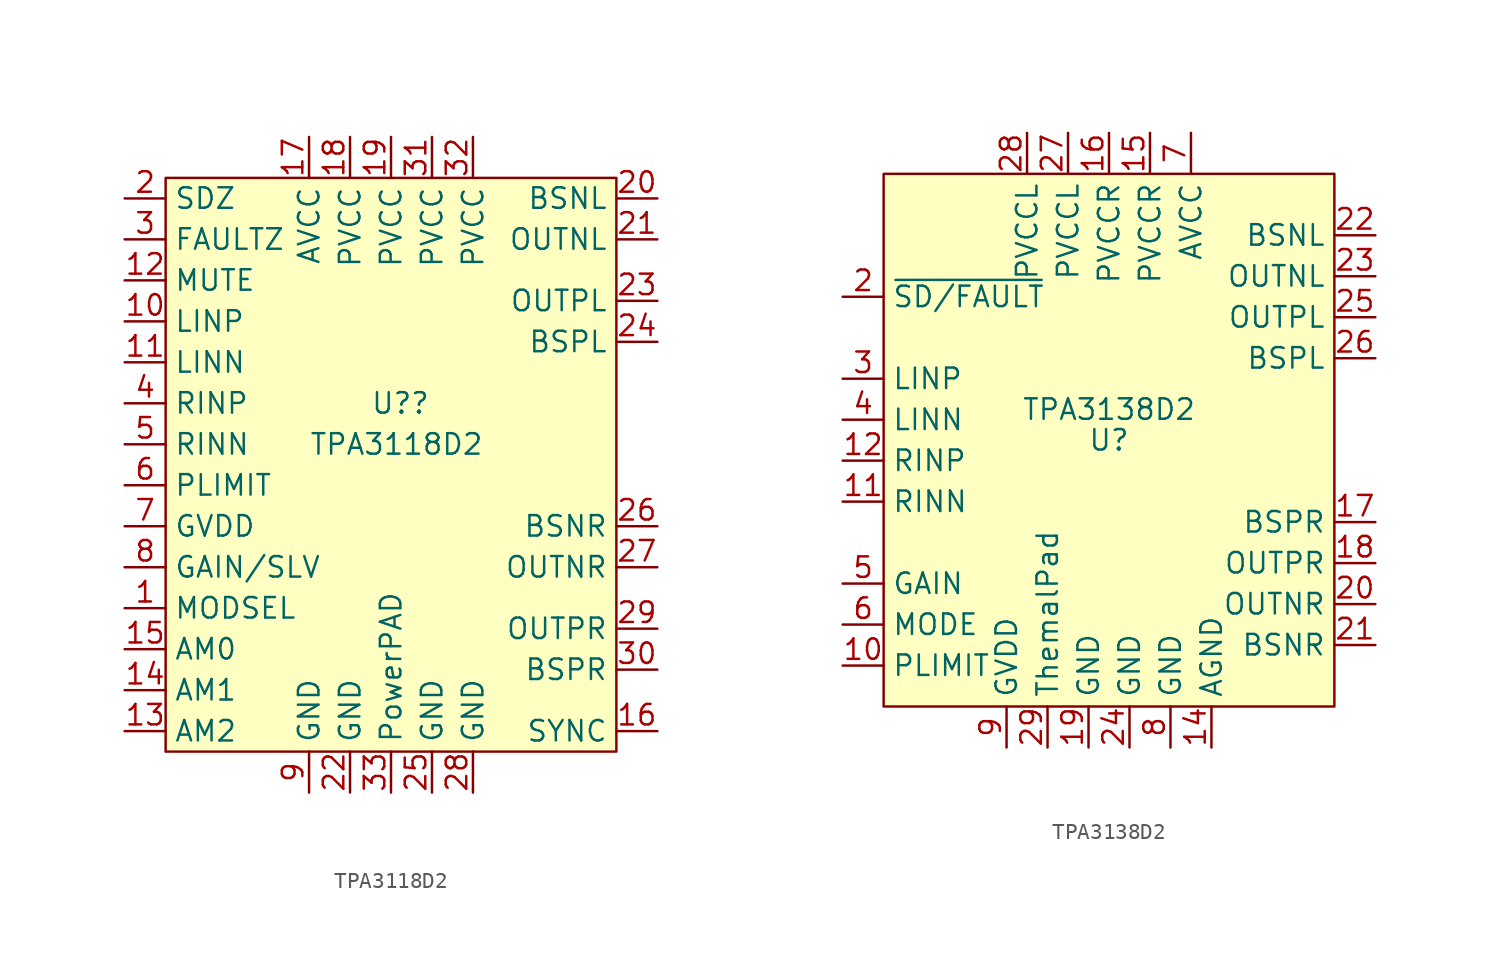
<source format=kicad_sym>
(kicad_symbol_lib
  (version 20211014)
  (generator kicad_symbol_editor)
  (symbol "TPA3118D2"
    (property "Reference" "U?"
      (at -1.27 1.27 0)
      (effects (font (size 1.27 1.27)) (justify left)))
    (property "Value" "TPA3118D2"
      (at -5.08 -1.27 0)
      (effects (font (size 1.27 1.27)) (justify left)))
    (symbol "TPA3118D2_0_0"
      (pin input line (at -16.51 -11.43 0) (length 2.54) (name "MODSEL" (effects (font (size 1.27 1.27)))) (number "1" (effects (font (size 1.27 1.27)))))
      (pin input line (at -16.51 6.35 0) (length 2.54) (name "LINP" (effects (font (size 1.27 1.27)))) (number "10" (effects (font (size 1.27 1.27)))))
      (pin input line (at -16.51 3.81 0) (length 2.54) (name "LINN" (effects (font (size 1.27 1.27)))) (number "11" (effects (font (size 1.27 1.27)))))
      (pin input line (at -16.51 8.89 0) (length 2.54) (name "MUTE" (effects (font (size 1.27 1.27)))) (number "12" (effects (font (size 1.27 1.27)))))
      (pin input line (at -16.51 -19.05 0) (length 2.54) (name "AM2" (effects (font (size 1.27 1.27)))) (number "13" (effects (font (size 1.27 1.27)))))
      (pin input line (at -16.51 -16.51 0) (length 2.54) (name "AM1" (effects (font (size 1.27 1.27)))) (number "14" (effects (font (size 1.27 1.27)))))
      (pin input line (at -16.51 -13.97 0) (length 2.54) (name "AM0" (effects (font (size 1.27 1.27)))) (number "15" (effects (font (size 1.27 1.27)))))
      (pin bidirectional line (at 16.51 -19.05 180) (length 2.54) (name "SYNC" (effects (font (size 1.27 1.27)))) (number "16" (effects (font (size 1.27 1.27)))))
      (pin power_in line (at -5.08 17.78 270) (length 2.54) (name "AVCC" (effects (font (size 1.27 1.27)))) (number "17" (effects (font (size 1.27 1.27)))))
      (pin power_in line (at -2.54 17.78 270) (length 2.54) (name "PVCC" (effects (font (size 1.27 1.27)))) (number "18" (effects (font (size 1.27 1.27)))))
      (pin power_in line (at 0 17.78 270) (length 2.54) (name "PVCC" (effects (font (size 1.27 1.27)))) (number "19" (effects (font (size 1.27 1.27)))))
      (pin input line (at -16.51 13.97 0) (length 2.54) (name "SDZ" (effects (font (size 1.27 1.27)))) (number "2" (effects (font (size 1.27 1.27)))))
      (pin input line (at 16.51 13.97 180) (length 2.54) (name "BSNL" (effects (font (size 1.27 1.27)))) (number "20" (effects (font (size 1.27 1.27)))))
      (pin output line (at 16.51 11.43 180) (length 2.54) (name "OUTNL" (effects (font (size 1.27 1.27)))) (number "21" (effects (font (size 1.27 1.27)))))
      (pin power_in line (at -2.54 -22.86 90) (length 2.54) (name "GND" (effects (font (size 1.27 1.27)))) (number "22" (effects (font (size 1.27 1.27)))))
      (pin output line (at 16.51 7.62 180) (length 2.54) (name "OUTPL" (effects (font (size 1.27 1.27)))) (number "23" (effects (font (size 1.27 1.27)))))
      (pin output line (at 16.51 5.08 180) (length 2.54) (name "BSPL" (effects (font (size 1.27 1.27)))) (number "24" (effects (font (size 1.27 1.27)))))
      (pin power_in line (at 2.54 -22.86 90) (length 2.54) (name "GND" (effects (font (size 1.27 1.27)))) (number "25" (effects (font (size 1.27 1.27)))))
      (pin input line (at 16.51 -6.35 180) (length 2.54) (name "BSNR" (effects (font (size 1.27 1.27)))) (number "26" (effects (font (size 1.27 1.27)))))
      (pin output line (at 16.51 -8.89 180) (length 2.54) (name "OUTNR" (effects (font (size 1.27 1.27)))) (number "27" (effects (font (size 1.27 1.27)))))
      (pin power_in line (at 5.08 -22.86 90) (length 2.54) (name "GND" (effects (font (size 1.27 1.27)))) (number "28" (effects (font (size 1.27 1.27)))))
      (pin output line (at 16.51 -12.7 180) (length 2.54) (name "OUTPR" (effects (font (size 1.27 1.27)))) (number "29" (effects (font (size 1.27 1.27)))))
      (pin output line (at -16.51 11.43 0) (length 2.54) (name "FAULTZ" (effects (font (size 1.27 1.27)))) (number "3" (effects (font (size 1.27 1.27)))))
      (pin output line (at 16.51 -15.24 180) (length 2.54) (name "BSPR" (effects (font (size 1.27 1.27)))) (number "30" (effects (font (size 1.27 1.27)))))
      (pin power_in line (at 2.54 17.78 270) (length 2.54) (name "PVCC" (effects (font (size 1.27 1.27)))) (number "31" (effects (font (size 1.27 1.27)))))
      (pin power_in line (at 5.08 17.78 270) (length 2.54) (name "PVCC" (effects (font (size 1.27 1.27)))) (number "32" (effects (font (size 1.27 1.27)))))
      (pin power_in line (at 0 -22.86 90) (length 2.54) (name "PowerPAD" (effects (font (size 1.27 1.27)))) (number "33" (effects (font (size 1.27 1.27)))))
      (pin input line (at -16.51 1.27 0) (length 2.54) (name "RINP" (effects (font (size 1.27 1.27)))) (number "4" (effects (font (size 1.27 1.27)))))
      (pin input line (at -16.51 -1.27 0) (length 2.54) (name "RINN" (effects (font (size 1.27 1.27)))) (number "5" (effects (font (size 1.27 1.27)))))
      (pin input line (at -16.51 -3.81 0) (length 2.54) (name "PLIMIT" (effects (font (size 1.27 1.27)))) (number "6" (effects (font (size 1.27 1.27)))))
      (pin power_out line (at -16.51 -6.35 0) (length 2.54) (name "GVDD" (effects (font (size 1.27 1.27)))) (number "7" (effects (font (size 1.27 1.27)))))
      (pin input line (at -16.51 -8.89 0) (length 2.54) (name "GAIN/SLV" (effects (font (size 1.27 1.27)))) (number "8" (effects (font (size 1.27 1.27)))))
      (pin power_in line (at -5.08 -22.86 90) (length 2.54) (name "GND" (effects (font (size 1.27 1.27)))) (number "9" (effects (font (size 1.27 1.27))))))
    (symbol "TPA3118D2_0_1"
      (rectangle (start 13.97 15.24) (end -13.97 -20.32) (stroke (width 0.152) (type default) (color 0 0 0 0)) (fill (type background)))))
  (symbol "TPA3138D2"
    (property "Reference" "U"
      (at 0 0 0)
      (effects (font (size 1.27 1.27))))
    (property "Value" "TPA3138D2"
      (at 0 1.905 0)
      (effects (font (size 1.27 1.27))))
    (symbol "TPA3138D2_0_0"
      (pin no_connect line (at 10.795 -19.05 90) (length 2.54) hide (name "NC" (effects (font (size 1.27 1.27)))) (number "1" (effects (font (size 1.27 1.27)))))
      (pin input line (at -16.51 -13.97 0) (length 2.54) (name "PLIMIT" (effects (font (size 1.27 1.27)))) (number "10" (effects (font (size 1.27 1.27)))))
      (pin input line (at -16.51 -3.81 0) (length 2.54) (name "RINN" (effects (font (size 1.27 1.27)))) (number "11" (effects (font (size 1.27 1.27)))))
      (pin input line (at -16.51 -1.27 0) (length 2.54) (name "RINP" (effects (font (size 1.27 1.27)))) (number "12" (effects (font (size 1.27 1.27)))))
      (pin no_connect line (at 8.89 -19.05 90) (length 2.54) hide (name "NC" (effects (font (size 1.27 1.27)))) (number "13" (effects (font (size 1.27 1.27)))))
      (pin power_in line (at 6.35 -19.05 90) (length 2.54) (name "AGND" (effects (font (size 1.27 1.27)))) (number "14" (effects (font (size 1.27 1.27)))))
      (pin power_in line (at 2.54 19.05 270) (length 2.54) (name "PVCCR" (effects (font (size 1.27 1.27)))) (number "15" (effects (font (size 1.27 1.27)))))
      (pin power_in line (at 0 19.05 270) (length 2.54) (name "PVCCR" (effects (font (size 1.27 1.27)))) (number "16" (effects (font (size 1.27 1.27)))))
      (pin output line (at 16.51 -5.08 180) (length 2.54) (name "BSPR" (effects (font (size 1.27 1.27)))) (number "17" (effects (font (size 1.27 1.27)))))
      (pin output line (at 16.51 -7.62 180) (length 2.54) (name "OUTPR" (effects (font (size 1.27 1.27)))) (number "18" (effects (font (size 1.27 1.27)))))
      (pin power_in line (at -1.27 -19.05 90) (length 2.54) (name "GND" (effects (font (size 1.27 1.27)))) (number "19" (effects (font (size 1.27 1.27)))))
      (pin bidirectional line (at -16.51 8.89 0) (length 2.54) (name "~{SD/FAULT}" (effects (font (size 1.27 1.27)))) (number "2" (effects (font (size 1.27 1.27)))))
      (pin output line (at 16.51 -10.16 180) (length 2.54) (name "OUTNR" (effects (font (size 1.27 1.27)))) (number "20" (effects (font (size 1.27 1.27)))))
      (pin output line (at 16.51 -12.7 180) (length 2.54) (name "BSNR" (effects (font (size 1.27 1.27)))) (number "21" (effects (font (size 1.27 1.27)))))
      (pin output line (at 16.51 12.7 180) (length 2.54) (name "BSNL" (effects (font (size 1.27 1.27)))) (number "22" (effects (font (size 1.27 1.27)))))
      (pin output line (at 16.51 10.16 180) (length 2.54) (name "OUTNL" (effects (font (size 1.27 1.27)))) (number "23" (effects (font (size 1.27 1.27)))))
      (pin power_out line (at 1.27 -19.05 90) (length 2.54) (name "GND" (effects (font (size 1.27 1.27)))) (number "24" (effects (font (size 1.27 1.27)))))
      (pin output line (at 16.51 7.62 180) (length 2.54) (name "OUTPL" (effects (font (size 1.27 1.27)))) (number "25" (effects (font (size 1.27 1.27)))))
      (pin output line (at 16.51 5.08 180) (length 2.54) (name "BSPL" (effects (font (size 1.27 1.27)))) (number "26" (effects (font (size 1.27 1.27)))))
      (pin power_in line (at -2.54 19.05 270) (length 2.54) (name "PVCCL" (effects (font (size 1.27 1.27)))) (number "27" (effects (font (size 1.27 1.27)))))
      (pin power_in line (at -5.08 19.05 270) (length 2.54) (name "PVCCL" (effects (font (size 1.27 1.27)))) (number "28" (effects (font (size 1.27 1.27)))))
      (pin power_in line (at -3.81 -19.05 90) (length 2.54) (name "ThemalPad" (effects (font (size 1.27 1.27)))) (number "29" (effects (font (size 1.27 1.27)))))
      (pin input line (at -16.51 3.81 0) (length 2.54) (name "LINP" (effects (font (size 1.27 1.27)))) (number "3" (effects (font (size 1.27 1.27)))))
      (pin input line (at -16.51 1.27 0) (length 2.54) (name "LINN" (effects (font (size 1.27 1.27)))) (number "4" (effects (font (size 1.27 1.27)))))
      (pin input line (at -16.51 -8.89 0) (length 2.54) (name "GAIN" (effects (font (size 1.27 1.27)))) (number "5" (effects (font (size 1.27 1.27)))))
      (pin input line (at -16.51 -11.43 0) (length 2.54) (name "MODE" (effects (font (size 1.27 1.27)))) (number "6" (effects (font (size 1.27 1.27)))))
      (pin power_in line (at 5.08 19.05 270) (length 2.54) (name "AVCC" (effects (font (size 1.27 1.27)))) (number "7" (effects (font (size 1.27 1.27)))))
      (pin power_in line (at 3.81 -19.05 90) (length 2.54) (name "GND" (effects (font (size 1.27 1.27)))) (number "8" (effects (font (size 1.27 1.27)))))
      (pin power_in line (at -6.35 -19.05 90) (length 2.54) (name "GVDD" (effects (font (size 1.27 1.27)))) (number "9" (effects (font (size 1.27 1.27))))))
    (symbol "TPA3138D2_0_1"
      (rectangle (start 13.97 16.51) (end -13.97 -16.51) (stroke (width 0) (type default) (color 0 0 0 0)) (fill (type background))))))
</source>
